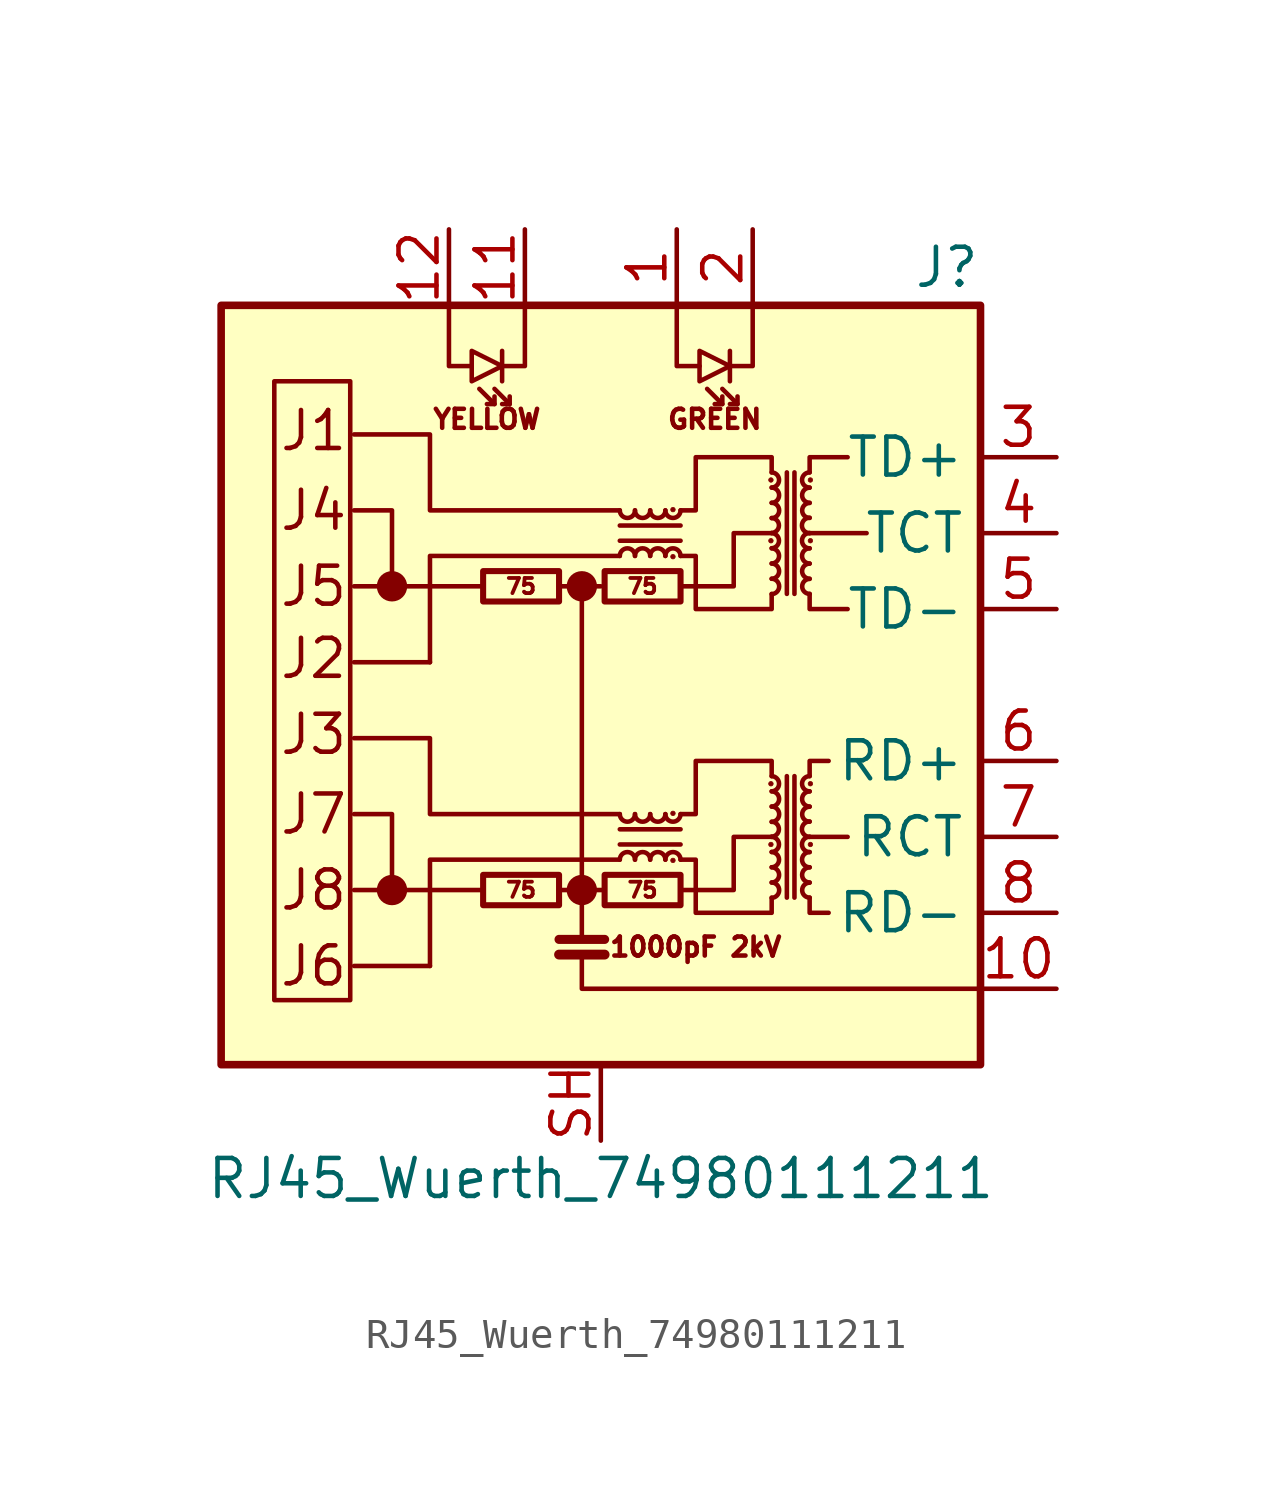
<source format=kicad_sym>
(kicad_symbol_lib
  (version 20220914)
  (generator kicad_symbol_editor)
  (symbol "RJ45_Wuerth_74980111211"
    (property "Reference" "J"
      (at 12.7 13.97 0)
      (effects (font (size 1.27 1.27)) (justify right)))
    (property "Value" "RJ45_Wuerth_74980111211"
      (at 0 -16.51 0)
      (effects (font (size 1.27 1.27))))
    (symbol "RJ45_Wuerth_74980111211_0_0"
      (rectangle (start -12.7 12.7) (end 12.7 -12.7) (stroke (width 0.254) (type default)) (fill (type background)))
      (circle (center -6.985 -6.858) (radius 0.0001) (stroke (width 0.508) (type default)) (fill (type none)))
      (circle (center -6.985 3.302) (radius 0.0001) (stroke (width 0.508) (type default)) (fill (type none)))
      (circle (center -0.635 -6.858) (radius 0.0001) (stroke (width 0.508) (type default)) (fill (type none)))
      (circle (center -0.635 3.302) (radius 0.0001) (stroke (width 0.508) (type default)) (fill (type none)))
      (polyline (pts (xy -3.937 -6.858) (xy -8.255 -6.858)) (stroke (width 0) (type default)) (fill (type none)))
      (polyline (pts (xy -3.937 3.302) (xy -8.255 3.302)) (stroke (width 0) (type default)) (fill (type none)))
      (polyline (pts (xy 8.255 -5.08) (xy 6.985 -5.08)) (stroke (width 0) (type default)) (fill (type none)))
      (polyline (pts (xy 8.89 5.08) (xy 6.985 5.08)) (stroke (width 0) (type default)) (fill (type none)))
      (polyline (pts (xy -0.635 -9.017) (xy -0.635 -10.16) (xy 12.7 -10.16)) (stroke (width 0) (type default)) (fill (type none)))
      (polyline (pts (xy 0.635 -4.318) (xy -5.715 -4.318) (xy -5.715 -1.778) (xy -8.255 -1.778)) (stroke (width 0) (type default)) (fill (type none)))
      (polyline (pts (xy 0.635 5.842) (xy -5.715 5.842) (xy -5.715 8.382) (xy -8.255 8.382)) (stroke (width 0) (type default)) (fill (type none)))
      (polyline (pts (xy 2.667 -6.858) (xy 4.445 -6.858) (xy 4.445 -5.08) (xy 5.715 -5.08)) (stroke (width 0) (type default)) (fill (type none)))
      (polyline (pts (xy 2.667 3.302) (xy 4.445 3.302) (xy 4.445 5.08) (xy 5.715 5.08)) (stroke (width 0) (type default)) (fill (type none)))
      (text "1000pF 2kV" (at 3.175 -8.763 0) (effects (font (size 0.635 0.635))))
      (text "GREEN" (at 3.81 8.89 0) (effects (font (size 0.635 0.635))))
      (text "J1" (at -10.795 8.509 0) (effects (font (size 1.27 1.27)) (justify left)))
      (text "J2" (at -10.795 0.889 0) (effects (font (size 1.27 1.27)) (justify left)))
      (text "J3" (at -10.795 -1.651 0) (effects (font (size 1.27 1.27)) (justify left)))
      (text "J4" (at -10.795 5.842 0) (effects (font (size 1.27 1.27)) (justify left)))
      (text "J5" (at -10.795 3.302 0) (effects (font (size 1.27 1.27)) (justify left)))
      (text "J6" (at -10.795 -9.398 0) (effects (font (size 1.27 1.27)) (justify left)))
      (text "J7" (at -10.795 -4.318 0) (effects (font (size 1.27 1.27)) (justify left)))
      (text "J8" (at -10.795 -6.858 0) (effects (font (size 1.27 1.27)) (justify left)))
      (text "YELLOW" (at -3.81 8.89 0) (effects (font (size 0.635 0.635)))))
    (symbol "RJ45_Wuerth_74980111211_0_1"
      (rectangle (start -8.382 -10.541) (end -10.922 10.16) (stroke (width 0) (type default)) (fill (type none)))
      (rectangle (start -3.937 -7.366) (end -1.397 -6.35) (stroke (width 0.203) (type default)) (fill (type none)))
      (rectangle (start -3.937 2.794) (end -1.397 3.81) (stroke (width 0.203) (type default)) (fill (type none)))
      (polyline (pts (xy -5.715 -9.398) (xy -8.255 -9.398)) (stroke (width 0) (type default)) (fill (type none)))
      (polyline (pts (xy -5.715 0.762) (xy -8.255 0.762)) (stroke (width 0) (type default)) (fill (type none)))
      (polyline (pts (xy -3.556 9.398) (xy -4.064 9.906)) (stroke (width 0) (type default)) (fill (type none)))
      (polyline (pts (xy -3.302 11.176) (xy -3.302 10.16)) (stroke (width 0) (type default)) (fill (type none)))
      (polyline (pts (xy -3.048 9.398) (xy -3.556 9.906)) (stroke (width 0) (type default)) (fill (type none)))
      (polyline (pts (xy -1.397 -9.017) (xy 0.127 -9.017)) (stroke (width 0.33) (type default)) (fill (type none)))
      (polyline (pts (xy -1.397 -8.509) (xy 0.127 -8.509)) (stroke (width 0.305) (type default)) (fill (type none)))
      (polyline (pts (xy -0.635 3.302) (xy -1.397 3.302)) (stroke (width 0) (type default)) (fill (type none)))
      (polyline (pts (xy 0.127 -6.858) (xy -1.397 -6.858)) (stroke (width 0) (type default)) (fill (type none)))
      (polyline (pts (xy 0.635 -5.334) (xy 2.667 -5.334)) (stroke (width 0) (type default)) (fill (type none)))
      (polyline (pts (xy 0.635 4.826) (xy 2.667 4.826)) (stroke (width 0) (type default)) (fill (type none)))
      (polyline (pts (xy 2.667 -4.826) (xy 0.635 -4.826)) (stroke (width 0) (type default)) (fill (type none)))
      (polyline (pts (xy 2.667 5.334) (xy 0.635 5.334)) (stroke (width 0) (type default)) (fill (type none)))
      (polyline (pts (xy 4.064 9.398) (xy 3.556 9.906)) (stroke (width 0) (type default)) (fill (type none)))
      (polyline (pts (xy 4.318 11.176) (xy 4.318 10.16)) (stroke (width 0) (type default)) (fill (type none)))
      (polyline (pts (xy 4.572 9.398) (xy 4.064 9.906)) (stroke (width 0) (type default)) (fill (type none)))
      (polyline (pts (xy 6.223 -3.048) (xy 6.223 -7.112)) (stroke (width 0) (type default)) (fill (type none)))
      (polyline (pts (xy 6.223 7.112) (xy 6.223 3.048)) (stroke (width 0) (type default)) (fill (type none)))
      (polyline (pts (xy 6.477 -7.112) (xy 6.477 -3.048)) (stroke (width 0) (type default)) (fill (type none)))
      (polyline (pts (xy 6.477 3.048) (xy 6.477 7.112)) (stroke (width 0) (type default)) (fill (type none)))
      (polyline (pts (xy -6.985 -6.858) (xy -6.985 -4.318) (xy -8.255 -4.318)) (stroke (width 0) (type default)) (fill (type none)))
      (polyline (pts (xy -6.985 3.302) (xy -6.985 5.842) (xy -8.255 5.842)) (stroke (width 0) (type default)) (fill (type none)))
      (polyline (pts (xy -5.08 12.7) (xy -5.08 10.668) (xy -4.318 10.668)) (stroke (width 0) (type default)) (fill (type none)))
      (polyline (pts (xy -3.556 9.652) (xy -3.556 9.398) (xy -3.81 9.398)) (stroke (width 0) (type default)) (fill (type none)))
      (polyline (pts (xy -3.048 9.652) (xy -3.048 9.398) (xy -3.302 9.398)) (stroke (width 0) (type default)) (fill (type none)))
      (polyline (pts (xy -2.54 12.7) (xy -2.54 10.668) (xy -3.302 10.668)) (stroke (width 0) (type default)) (fill (type none)))
      (polyline (pts (xy -0.635 -8.509) (xy -0.635 3.302) (xy 0 3.302)) (stroke (width 0) (type default)) (fill (type none)))
      (polyline (pts (xy 0.635 -5.842) (xy -5.715 -5.842) (xy -5.715 -9.398)) (stroke (width 0) (type default)) (fill (type none)))
      (polyline (pts (xy 0.635 4.318) (xy -5.715 4.318) (xy -5.715 0.762)) (stroke (width 0) (type default)) (fill (type none)))
      (polyline (pts (xy 2.54 12.7) (xy 2.54 10.668) (xy 3.302 10.668)) (stroke (width 0) (type default)) (fill (type none)))
      (polyline (pts (xy 4.064 9.652) (xy 4.064 9.398) (xy 3.81 9.398)) (stroke (width 0) (type default)) (fill (type none)))
      (polyline (pts (xy 4.572 9.652) (xy 4.572 9.398) (xy 4.318 9.398)) (stroke (width 0) (type default)) (fill (type none)))
      (polyline (pts (xy 5.08 12.7) (xy 5.08 10.668) (xy 4.318 10.668)) (stroke (width 0) (type default)) (fill (type none)))
      (polyline (pts (xy 6.985 -7.112) (xy 6.985 -7.62) (xy 7.62 -7.62)) (stroke (width 0) (type default)) (fill (type none)))
      (polyline (pts (xy 6.985 -3.048) (xy 6.985 -2.54) (xy 7.62 -2.54)) (stroke (width 0) (type default)) (fill (type none)))
      (polyline (pts (xy 6.985 3.048) (xy 6.985 2.54) (xy 8.255 2.54)) (stroke (width 0) (type default)) (fill (type none)))
      (polyline (pts (xy 6.985 7.112) (xy 6.985 7.62) (xy 8.255 7.62)) (stroke (width 0) (type default)) (fill (type none)))
      (polyline (pts (xy -3.302 10.668) (xy -4.318 11.176) (xy -4.318 10.16) (xy -3.302 10.668)) (stroke (width 0) (type default)) (fill (type none)))
      (polyline (pts (xy 4.318 10.668) (xy 3.302 11.176) (xy 3.302 10.16) (xy 4.318 10.668)) (stroke (width 0) (type default)) (fill (type none)))
      (polyline (pts (xy 2.667 -4.318) (xy 3.175 -4.318) (xy 3.175 -2.54) (xy 5.715 -2.54) (xy 5.715 -3.048)) (stroke (width 0) (type default)) (fill (type none)))
      (polyline (pts (xy 2.667 5.842) (xy 3.175 5.842) (xy 3.175 7.62) (xy 5.715 7.62) (xy 5.715 7.112)) (stroke (width 0) (type default)) (fill (type none)))
      (polyline (pts (xy 5.715 -7.112) (xy 5.715 -7.62) (xy 3.175 -7.62) (xy 3.175 -5.842) (xy 2.667 -5.842)) (stroke (width 0) (type default)) (fill (type none)))
      (polyline (pts (xy 5.715 3.048) (xy 5.715 2.54) (xy 3.175 2.54) (xy 3.175 4.318) (xy 2.667 4.318)) (stroke (width 0) (type default)) (fill (type none)))
      (rectangle (start 0.127 -7.366) (end 2.667 -6.35) (stroke (width 0.203) (type default)) (fill (type none)))
      (rectangle (start 0.127 2.794) (end 2.667 3.81) (stroke (width 0.203) (type default)) (fill (type none)))
      (arc (start 0.635 -4.318) (mid 0.889 -4.5709) (end 1.143 -4.318) (stroke (width 0) (type default)) (fill (type none)))
      (arc (start 0.635 5.842) (mid 0.889 5.5891) (end 1.143 5.842) (stroke (width 0) (type default)) (fill (type none)))
      (arc (start 1.143 -5.842) (mid 0.889 -5.5891) (end 0.635 -5.842) (stroke (width 0) (type default)) (fill (type none)))
      (arc (start 1.143 -4.318) (mid 1.397 -4.5709) (end 1.651 -4.318) (stroke (width 0) (type default)) (fill (type none)))
      (arc (start 1.143 4.318) (mid 0.889 4.5709) (end 0.635 4.318) (stroke (width 0) (type default)) (fill (type none)))
      (arc (start 1.143 5.842) (mid 1.397 5.5891) (end 1.651 5.842) (stroke (width 0) (type default)) (fill (type none)))
      (arc (start 1.651 -5.842) (mid 1.397 -5.5891) (end 1.143 -5.842) (stroke (width 0) (type default)) (fill (type none)))
      (arc (start 1.651 -4.318) (mid 1.905 -4.5709) (end 2.159 -4.318) (stroke (width 0) (type default)) (fill (type none)))
      (arc (start 1.651 4.318) (mid 1.397 4.5709) (end 1.143 4.318) (stroke (width 0) (type default)) (fill (type none)))
      (arc (start 1.651 5.842) (mid 1.905 5.5891) (end 2.159 5.842) (stroke (width 0) (type default)) (fill (type none)))
      (arc (start 2.159 -5.842) (mid 1.905 -5.5891) (end 1.651 -5.842) (stroke (width 0) (type default)) (fill (type none)))
      (arc (start 2.159 -4.318) (mid 2.413 -4.5709) (end 2.667 -4.318) (stroke (width 0) (type default)) (fill (type none)))
      (arc (start 2.159 4.318) (mid 1.905 4.5709) (end 1.651 4.318) (stroke (width 0) (type default)) (fill (type none)))
      (arc (start 2.159 5.842) (mid 2.413 5.5891) (end 2.667 5.842) (stroke (width 0) (type default)) (fill (type none)))
      (circle (center 2.413 -5.867) (radius 0.076) (stroke (width 0.025) (type default)) (fill (type outline)))
      (circle (center 2.413 -4.293) (radius 0.076) (stroke (width 0.025) (type default)) (fill (type outline)))
      (circle (center 2.413 4.293) (radius 0.076) (stroke (width 0.025) (type default)) (fill (type outline)))
      (circle (center 2.413 5.867) (radius 0.076) (stroke (width 0.025) (type default)) (fill (type outline)))
      (arc (start 2.667 -5.842) (mid 2.413 -5.5891) (end 2.159 -5.842) (stroke (width 0) (type default)) (fill (type none)))
      (arc (start 2.667 4.318) (mid 2.413 4.5709) (end 2.159 4.318) (stroke (width 0) (type default)) (fill (type none)))
      (circle (center 5.69 -5.334) (radius 0.076) (stroke (width 0.025) (type default)) (fill (type outline)))
      (circle (center 5.69 -3.302) (radius 0.076) (stroke (width 0.025) (type default)) (fill (type outline)))
      (circle (center 5.69 4.826) (radius 0.076) (stroke (width 0.025) (type default)) (fill (type outline)))
      (circle (center 5.69 6.858) (radius 0.076) (stroke (width 0.025) (type default)) (fill (type outline)))
      (arc (start 5.715 -7.112) (mid 5.9679 -6.858) (end 5.715 -6.604) (stroke (width 0) (type default)) (fill (type none)))
      (arc (start 5.715 -6.604) (mid 5.9679 -6.35) (end 5.715 -6.096) (stroke (width 0) (type default)) (fill (type none)))
      (arc (start 5.715 -6.096) (mid 5.9679 -5.842) (end 5.715 -5.588) (stroke (width 0) (type default)) (fill (type none)))
      (arc (start 5.715 -5.588) (mid 5.9679 -5.334) (end 5.715 -5.08) (stroke (width 0) (type default)) (fill (type none)))
      (arc (start 5.715 -5.08) (mid 5.9679 -4.826) (end 5.715 -4.572) (stroke (width 0) (type default)) (fill (type none)))
      (arc (start 5.715 -4.572) (mid 5.9679 -4.318) (end 5.715 -4.064) (stroke (width 0) (type default)) (fill (type none)))
      (arc (start 5.715 -4.064) (mid 5.9679 -3.81) (end 5.715 -3.556) (stroke (width 0) (type default)) (fill (type none)))
      (arc (start 5.715 -3.556) (mid 5.9679 -3.302) (end 5.715 -3.048) (stroke (width 0) (type default)) (fill (type none)))
      (arc (start 5.715 3.048) (mid 5.9679 3.302) (end 5.715 3.556) (stroke (width 0) (type default)) (fill (type none)))
      (arc (start 5.715 3.556) (mid 5.9679 3.81) (end 5.715 4.064) (stroke (width 0) (type default)) (fill (type none)))
      (arc (start 5.715 4.064) (mid 5.9679 4.318) (end 5.715 4.572) (stroke (width 0) (type default)) (fill (type none)))
      (arc (start 5.715 4.572) (mid 5.9679 4.826) (end 5.715 5.08) (stroke (width 0) (type default)) (fill (type none)))
      (arc (start 5.715 5.08) (mid 5.9679 5.334) (end 5.715 5.588) (stroke (width 0) (type default)) (fill (type none)))
      (arc (start 5.715 5.588) (mid 5.9679 5.842) (end 5.715 6.096) (stroke (width 0) (type default)) (fill (type none)))
      (arc (start 5.715 6.096) (mid 5.9679 6.35) (end 5.715 6.604) (stroke (width 0) (type default)) (fill (type none)))
      (arc (start 5.715 6.604) (mid 5.9679 6.858) (end 5.715 7.112) (stroke (width 0) (type default)) (fill (type none)))
      (arc (start 6.985 -6.604) (mid 6.7321 -6.858) (end 6.985 -7.112) (stroke (width 0) (type default)) (fill (type none)))
      (arc (start 6.985 -6.096) (mid 6.7321 -6.35) (end 6.985 -6.604) (stroke (width 0) (type default)) (fill (type none)))
      (arc (start 6.985 -5.588) (mid 6.7321 -5.842) (end 6.985 -6.096) (stroke (width 0) (type default)) (fill (type none)))
      (arc (start 6.985 -5.08) (mid 6.7321 -5.334) (end 6.985 -5.588) (stroke (width 0) (type default)) (fill (type none)))
      (arc (start 6.985 -4.572) (mid 6.7321 -4.826) (end 6.985 -5.08) (stroke (width 0) (type default)) (fill (type none)))
      (arc (start 6.985 -4.064) (mid 6.7321 -4.318) (end 6.985 -4.572) (stroke (width 0) (type default)) (fill (type none)))
      (arc (start 6.985 -3.556) (mid 6.7321 -3.81) (end 6.985 -4.064) (stroke (width 0) (type default)) (fill (type none)))
      (arc (start 6.985 -3.048) (mid 6.7321 -3.302) (end 6.985 -3.556) (stroke (width 0) (type default)) (fill (type none)))
      (arc (start 6.985 3.556) (mid 6.7321 3.302) (end 6.985 3.048) (stroke (width 0) (type default)) (fill (type none)))
      (arc (start 6.985 4.064) (mid 6.7321 3.81) (end 6.985 3.556) (stroke (width 0) (type default)) (fill (type none)))
      (arc (start 6.985 4.572) (mid 6.7321 4.318) (end 6.985 4.064) (stroke (width 0) (type default)) (fill (type none)))
      (arc (start 6.985 5.08) (mid 6.7321 4.826) (end 6.985 4.572) (stroke (width 0) (type default)) (fill (type none)))
      (arc (start 6.985 5.588) (mid 6.7321 5.334) (end 6.985 5.08) (stroke (width 0) (type default)) (fill (type none)))
      (arc (start 6.985 6.096) (mid 6.7321 5.842) (end 6.985 5.588) (stroke (width 0) (type default)) (fill (type none)))
      (arc (start 6.985 6.604) (mid 6.7321 6.35) (end 6.985 6.096) (stroke (width 0) (type default)) (fill (type none)))
      (arc (start 6.985 7.112) (mid 6.7321 6.858) (end 6.985 6.604) (stroke (width 0) (type default)) (fill (type none)))
      (circle (center 7.01 -5.334) (radius 0.076) (stroke (width 0.025) (type default)) (fill (type outline)))
      (circle (center 7.01 -3.302) (radius 0.076) (stroke (width 0.025) (type default)) (fill (type outline)))
      (circle (center 7.01 4.826) (radius 0.076) (stroke (width 0.025) (type default)) (fill (type outline)))
      (circle (center 7.01 6.858) (radius 0.076) (stroke (width 0.025) (type default)) (fill (type outline))))
    (symbol "RJ45_Wuerth_74980111211_1_0"
      (text "75" (at -2.667 -6.858 0) (effects (font (size 0.508 0.508))))
      (text "75" (at -2.667 3.302 0) (effects (font (size 0.508 0.508))))
      (text "75" (at 1.397 -6.858 0) (effects (font (size 0.508 0.508))))
      (text "75" (at 1.397 3.302 0) (effects (font (size 0.508 0.508)))))
    (symbol "RJ45_Wuerth_74980111211_1_1"
      (pin passive line (at 2.54 15.24 270) (length 2.54) (name "~" (effects (font (size 1.27 1.27)))) (number "1" (effects (font (size 1.27 1.27)))))
      (pin passive line (at 15.24 -10.16 180) (length 2.54) (name "~" (effects (font (size 1.27 1.27)))) (number "10" (effects (font (size 1.27 1.27)))))
      (pin passive line (at -2.54 15.24 270) (length 2.54) (name "~" (effects (font (size 1.27 1.27)))) (number "11" (effects (font (size 1.27 1.27)))))
      (pin passive line (at -5.08 15.24 270) (length 2.54) (name "~" (effects (font (size 1.27 1.27)))) (number "12" (effects (font (size 1.27 1.27)))))
      (pin passive line (at 5.08 15.24 270) (length 2.54) (name "~" (effects (font (size 1.27 1.27)))) (number "2" (effects (font (size 1.27 1.27)))))
      (pin passive line (at 15.24 7.62 180) (length 2.54) (name "TD+" (effects (font (size 1.27 1.27)))) (number "3" (effects (font (size 1.27 1.27)))))
      (pin passive line (at 15.24 5.08 180) (length 2.54) (name "TCT" (effects (font (size 1.27 1.27)))) (number "4" (effects (font (size 1.27 1.27)))))
      (pin passive line (at 15.24 2.54 180) (length 2.54) (name "TD-" (effects (font (size 1.27 1.27)))) (number "5" (effects (font (size 1.27 1.27)))))
      (pin passive line (at 15.24 -2.54 180) (length 2.54) (name "RD+" (effects (font (size 1.27 1.27)))) (number "6" (effects (font (size 1.27 1.27)))))
      (pin passive line (at 15.24 -5.08 180) (length 2.54) (name "RCT" (effects (font (size 1.27 1.27)))) (number "7" (effects (font (size 1.27 1.27)))))
      (pin passive line (at 15.24 -7.62 180) (length 2.54) (name "RD-" (effects (font (size 1.27 1.27)))) (number "8" (effects (font (size 1.27 1.27)))))
      (pin passive line (at 0 -15.24 90) (length 2.54) (name "~" (effects (font (size 1.27 1.27)))) (number "SH" (effects (font (size 1.27 1.27))))))))
</source>
